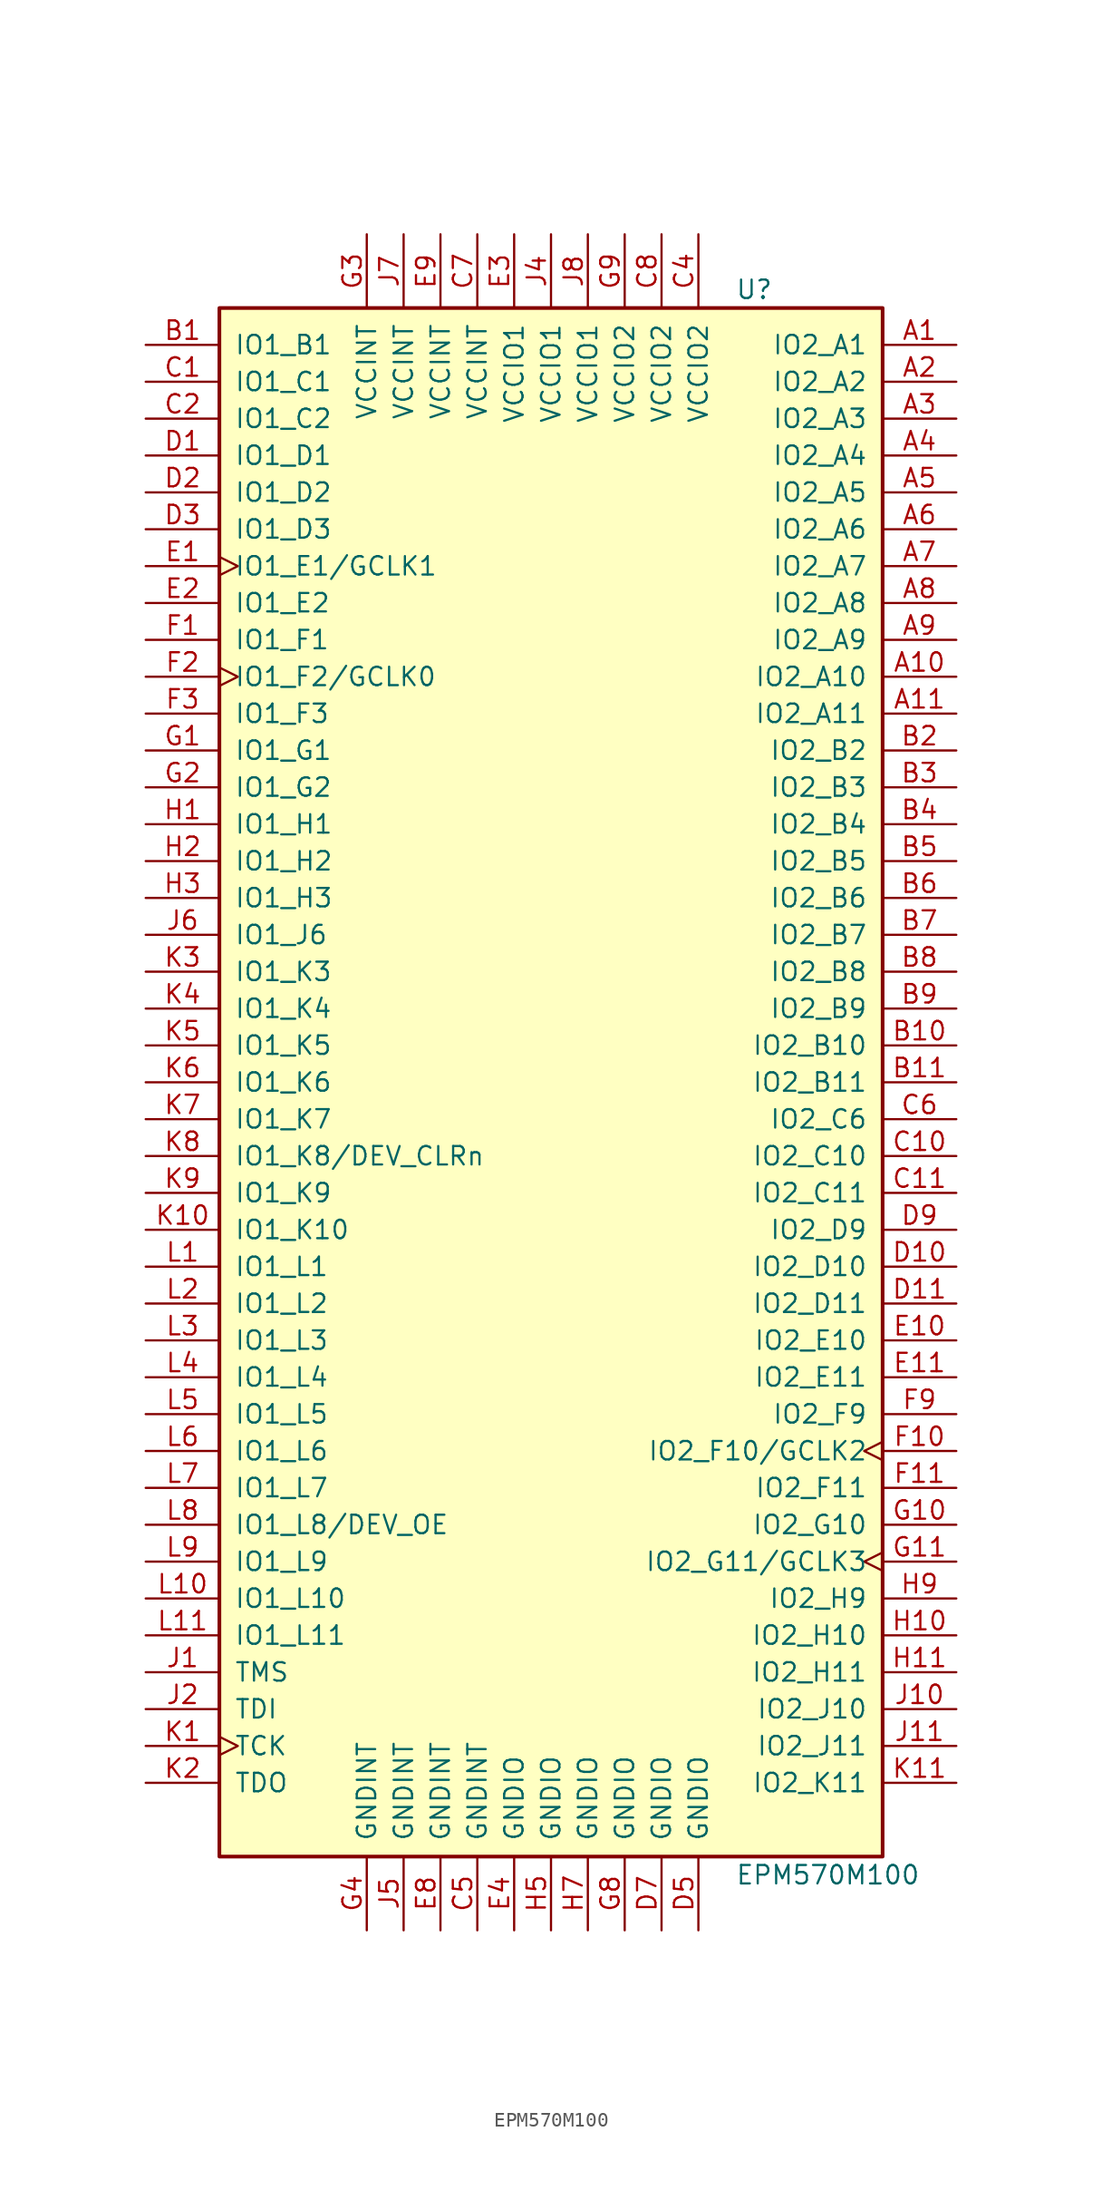
<source format=kicad_sym>
(kicad_symbol_lib
  (version 20241209)
  (generator "kicad_symbol_editor")
  (generator_version "9.0")
  (symbol "EPM570M100"
    (pin_names
      (offset 1.016))
    (property "Reference" "U"
      (at 12.7 54.61 0)
      (effects (font (size 1.27 1.27)) (justify left)))
    (property "Value" "EPM570M100"
      (at 12.7 -54.61 0)
      (effects (font (size 1.27 1.27)) (justify left)))
    (property "ki_locked" ""
      (at 0 0 0)
      (effects (font (size 1.27 1.27))))
    (symbol "EPM570M100_1_1"
      (rectangle (start -22.86 53.34) (end 22.86 -53.34) (stroke (width 0.254) (type default)) (fill (type background)))
      (pin bidirectional line (at -27.94 50.8 0) (length 5.08) (name "IO1_B1" (effects (font (size 1.27 1.27)))) (number "B1" (effects (font (size 1.27 1.27)))))
      (pin bidirectional line (at -27.94 48.26 0) (length 5.08) (name "IO1_C1" (effects (font (size 1.27 1.27)))) (number "C1" (effects (font (size 1.27 1.27)))))
      (pin bidirectional line (at -27.94 45.72 0) (length 5.08) (name "IO1_C2" (effects (font (size 1.27 1.27)))) (number "C2" (effects (font (size 1.27 1.27)))))
      (pin bidirectional line (at -27.94 43.18 0) (length 5.08) (name "IO1_D1" (effects (font (size 1.27 1.27)))) (number "D1" (effects (font (size 1.27 1.27)))))
      (pin bidirectional line (at -27.94 40.64 0) (length 5.08) (name "IO1_D2" (effects (font (size 1.27 1.27)))) (number "D2" (effects (font (size 1.27 1.27)))))
      (pin bidirectional line (at -27.94 38.1 0) (length 5.08) (name "IO1_D3" (effects (font (size 1.27 1.27)))) (number "D3" (effects (font (size 1.27 1.27)))))
      (pin bidirectional clock (at -27.94 35.56 0) (length 5.08) (name "IO1_E1/GCLK1" (effects (font (size 1.27 1.27)))) (number "E1" (effects (font (size 1.27 1.27)))))
      (pin bidirectional line (at -27.94 33.02 0) (length 5.08) (name "IO1_E2" (effects (font (size 1.27 1.27)))) (number "E2" (effects (font (size 1.27 1.27)))))
      (pin bidirectional line (at -27.94 30.48 0) (length 5.08) (name "IO1_F1" (effects (font (size 1.27 1.27)))) (number "F1" (effects (font (size 1.27 1.27)))))
      (pin bidirectional clock (at -27.94 27.94 0) (length 5.08) (name "IO1_F2/GCLK0" (effects (font (size 1.27 1.27)))) (number "F2" (effects (font (size 1.27 1.27)))))
      (pin bidirectional line (at -27.94 25.4 0) (length 5.08) (name "IO1_F3" (effects (font (size 1.27 1.27)))) (number "F3" (effects (font (size 1.27 1.27)))))
      (pin bidirectional line (at -27.94 22.86 0) (length 5.08) (name "IO1_G1" (effects (font (size 1.27 1.27)))) (number "G1" (effects (font (size 1.27 1.27)))))
      (pin bidirectional line (at -27.94 20.32 0) (length 5.08) (name "IO1_G2" (effects (font (size 1.27 1.27)))) (number "G2" (effects (font (size 1.27 1.27)))))
      (pin bidirectional line (at -27.94 17.78 0) (length 5.08) (name "IO1_H1" (effects (font (size 1.27 1.27)))) (number "H1" (effects (font (size 1.27 1.27)))))
      (pin bidirectional line (at -27.94 15.24 0) (length 5.08) (name "IO1_H2" (effects (font (size 1.27 1.27)))) (number "H2" (effects (font (size 1.27 1.27)))))
      (pin bidirectional line (at -27.94 12.7 0) (length 5.08) (name "IO1_H3" (effects (font (size 1.27 1.27)))) (number "H3" (effects (font (size 1.27 1.27)))))
      (pin bidirectional line (at -27.94 10.16 0) (length 5.08) (name "IO1_J6" (effects (font (size 1.27 1.27)))) (number "J6" (effects (font (size 1.27 1.27)))))
      (pin bidirectional line (at -27.94 7.62 0) (length 5.08) (name "IO1_K3" (effects (font (size 1.27 1.27)))) (number "K3" (effects (font (size 1.27 1.27)))))
      (pin bidirectional line (at -27.94 5.08 0) (length 5.08) (name "IO1_K4" (effects (font (size 1.27 1.27)))) (number "K4" (effects (font (size 1.27 1.27)))))
      (pin bidirectional line (at -27.94 2.54 0) (length 5.08) (name "IO1_K5" (effects (font (size 1.27 1.27)))) (number "K5" (effects (font (size 1.27 1.27)))))
      (pin bidirectional line (at -27.94 0 0) (length 5.08) (name "IO1_K6" (effects (font (size 1.27 1.27)))) (number "K6" (effects (font (size 1.27 1.27)))))
      (pin bidirectional line (at -27.94 -2.54 0) (length 5.08) (name "IO1_K7" (effects (font (size 1.27 1.27)))) (number "K7" (effects (font (size 1.27 1.27)))))
      (pin bidirectional line (at -27.94 -5.08 0) (length 5.08) (name "IO1_K8/DEV_CLRn" (effects (font (size 1.27 1.27)))) (number "K8" (effects (font (size 1.27 1.27)))))
      (pin bidirectional line (at -27.94 -7.62 0) (length 5.08) (name "IO1_K9" (effects (font (size 1.27 1.27)))) (number "K9" (effects (font (size 1.27 1.27)))))
      (pin bidirectional line (at -27.94 -10.16 0) (length 5.08) (name "IO1_K10" (effects (font (size 1.27 1.27)))) (number "K10" (effects (font (size 1.27 1.27)))))
      (pin bidirectional line (at -27.94 -12.7 0) (length 5.08) (name "IO1_L1" (effects (font (size 1.27 1.27)))) (number "L1" (effects (font (size 1.27 1.27)))))
      (pin bidirectional line (at -27.94 -15.24 0) (length 5.08) (name "IO1_L2" (effects (font (size 1.27 1.27)))) (number "L2" (effects (font (size 1.27 1.27)))))
      (pin bidirectional line (at -27.94 -17.78 0) (length 5.08) (name "IO1_L3" (effects (font (size 1.27 1.27)))) (number "L3" (effects (font (size 1.27 1.27)))))
      (pin bidirectional line (at -27.94 -20.32 0) (length 5.08) (name "IO1_L4" (effects (font (size 1.27 1.27)))) (number "L4" (effects (font (size 1.27 1.27)))))
      (pin bidirectional line (at -27.94 -22.86 0) (length 5.08) (name "IO1_L5" (effects (font (size 1.27 1.27)))) (number "L5" (effects (font (size 1.27 1.27)))))
      (pin bidirectional line (at -27.94 -25.4 0) (length 5.08) (name "IO1_L6" (effects (font (size 1.27 1.27)))) (number "L6" (effects (font (size 1.27 1.27)))))
      (pin bidirectional line (at -27.94 -27.94 0) (length 5.08) (name "IO1_L7" (effects (font (size 1.27 1.27)))) (number "L7" (effects (font (size 1.27 1.27)))))
      (pin bidirectional line (at -27.94 -30.48 0) (length 5.08) (name "IO1_L8/DEV_OE" (effects (font (size 1.27 1.27)))) (number "L8" (effects (font (size 1.27 1.27)))))
      (pin bidirectional line (at -27.94 -33.02 0) (length 5.08) (name "IO1_L9" (effects (font (size 1.27 1.27)))) (number "L9" (effects (font (size 1.27 1.27)))))
      (pin bidirectional line (at -27.94 -35.56 0) (length 5.08) (name "IO1_L10" (effects (font (size 1.27 1.27)))) (number "L10" (effects (font (size 1.27 1.27)))))
      (pin bidirectional line (at -27.94 -38.1 0) (length 5.08) (name "IO1_L11" (effects (font (size 1.27 1.27)))) (number "L11" (effects (font (size 1.27 1.27)))))
      (pin input line (at -27.94 -40.64 0) (length 5.08) (name "TMS" (effects (font (size 1.27 1.27)))) (number "J1" (effects (font (size 1.27 1.27)))))
      (pin input line (at -27.94 -43.18 0) (length 5.08) (name "TDI" (effects (font (size 1.27 1.27)))) (number "J2" (effects (font (size 1.27 1.27)))))
      (pin input clock (at -27.94 -45.72 0) (length 5.08) (name "TCK" (effects (font (size 1.27 1.27)))) (number "K1" (effects (font (size 1.27 1.27)))))
      (pin output line (at -27.94 -48.26 0) (length 5.08) (name "TDO" (effects (font (size 1.27 1.27)))) (number "K2" (effects (font (size 1.27 1.27)))))
      (pin power_in line (at -12.7 58.42 270) (length 5.08) (name "VCCINT" (effects (font (size 1.27 1.27)))) (number "G3" (effects (font (size 1.27 1.27)))))
      (pin power_in line (at -12.7 -58.42 90) (length 5.08) (name "GNDINT" (effects (font (size 1.27 1.27)))) (number "G4" (effects (font (size 1.27 1.27)))))
      (pin power_in line (at -10.16 58.42 270) (length 5.08) (name "VCCINT" (effects (font (size 1.27 1.27)))) (number "J7" (effects (font (size 1.27 1.27)))))
      (pin power_in line (at -10.16 -58.42 90) (length 5.08) (name "GNDINT" (effects (font (size 1.27 1.27)))) (number "J5" (effects (font (size 1.27 1.27)))))
      (pin power_in line (at -7.62 58.42 270) (length 5.08) (name "VCCINT" (effects (font (size 1.27 1.27)))) (number "E9" (effects (font (size 1.27 1.27)))))
      (pin power_in line (at -7.62 -58.42 90) (length 5.08) (name "GNDINT" (effects (font (size 1.27 1.27)))) (number "E8" (effects (font (size 1.27 1.27)))))
      (pin power_in line (at -5.08 58.42 270) (length 5.08) (name "VCCINT" (effects (font (size 1.27 1.27)))) (number "C7" (effects (font (size 1.27 1.27)))))
      (pin power_in line (at -5.08 -58.42 90) (length 5.08) (name "GNDINT" (effects (font (size 1.27 1.27)))) (number "C5" (effects (font (size 1.27 1.27)))))
      (pin power_in line (at -2.54 58.42 270) (length 5.08) (name "VCCIO1" (effects (font (size 1.27 1.27)))) (number "E3" (effects (font (size 1.27 1.27)))))
      (pin power_in line (at -2.54 -58.42 90) (length 5.08) (name "GNDIO" (effects (font (size 1.27 1.27)))) (number "E4" (effects (font (size 1.27 1.27)))))
      (pin power_in line (at 0 58.42 270) (length 5.08) (name "VCCIO1" (effects (font (size 1.27 1.27)))) (number "J4" (effects (font (size 1.27 1.27)))))
      (pin power_in line (at 0 -58.42 90) (length 5.08) (name "GNDIO" (effects (font (size 1.27 1.27)))) (number "H5" (effects (font (size 1.27 1.27)))))
      (pin power_in line (at 2.54 58.42 270) (length 5.08) (name "VCCIO1" (effects (font (size 1.27 1.27)))) (number "J8" (effects (font (size 1.27 1.27)))))
      (pin power_in line (at 2.54 -58.42 90) (length 5.08) (name "GNDIO" (effects (font (size 1.27 1.27)))) (number "H7" (effects (font (size 1.27 1.27)))))
      (pin power_in line (at 5.08 58.42 270) (length 5.08) (name "VCCIO2" (effects (font (size 1.27 1.27)))) (number "G9" (effects (font (size 1.27 1.27)))))
      (pin power_in line (at 5.08 -58.42 90) (length 5.08) (name "GNDIO" (effects (font (size 1.27 1.27)))) (number "G8" (effects (font (size 1.27 1.27)))))
      (pin power_in line (at 7.62 58.42 270) (length 5.08) (name "VCCIO2" (effects (font (size 1.27 1.27)))) (number "C8" (effects (font (size 1.27 1.27)))))
      (pin power_in line (at 7.62 -58.42 90) (length 5.08) (name "GNDIO" (effects (font (size 1.27 1.27)))) (number "D7" (effects (font (size 1.27 1.27)))))
      (pin power_in line (at 10.16 58.42 270) (length 5.08) (name "VCCIO2" (effects (font (size 1.27 1.27)))) (number "C4" (effects (font (size 1.27 1.27)))))
      (pin power_in line (at 10.16 -58.42 90) (length 5.08) (name "GNDIO" (effects (font (size 1.27 1.27)))) (number "D5" (effects (font (size 1.27 1.27)))))
      (pin bidirectional line (at 27.94 50.8 180) (length 5.08) (name "IO2_A1" (effects (font (size 1.27 1.27)))) (number "A1" (effects (font (size 1.27 1.27)))))
      (pin bidirectional line (at 27.94 48.26 180) (length 5.08) (name "IO2_A2" (effects (font (size 1.27 1.27)))) (number "A2" (effects (font (size 1.27 1.27)))))
      (pin bidirectional line (at 27.94 45.72 180) (length 5.08) (name "IO2_A3" (effects (font (size 1.27 1.27)))) (number "A3" (effects (font (size 1.27 1.27)))))
      (pin bidirectional line (at 27.94 43.18 180) (length 5.08) (name "IO2_A4" (effects (font (size 1.27 1.27)))) (number "A4" (effects (font (size 1.27 1.27)))))
      (pin bidirectional line (at 27.94 40.64 180) (length 5.08) (name "IO2_A5" (effects (font (size 1.27 1.27)))) (number "A5" (effects (font (size 1.27 1.27)))))
      (pin bidirectional line (at 27.94 38.1 180) (length 5.08) (name "IO2_A6" (effects (font (size 1.27 1.27)))) (number "A6" (effects (font (size 1.27 1.27)))))
      (pin bidirectional line (at 27.94 35.56 180) (length 5.08) (name "IO2_A7" (effects (font (size 1.27 1.27)))) (number "A7" (effects (font (size 1.27 1.27)))))
      (pin bidirectional line (at 27.94 33.02 180) (length 5.08) (name "IO2_A8" (effects (font (size 1.27 1.27)))) (number "A8" (effects (font (size 1.27 1.27)))))
      (pin bidirectional line (at 27.94 30.48 180) (length 5.08) (name "IO2_A9" (effects (font (size 1.27 1.27)))) (number "A9" (effects (font (size 1.27 1.27)))))
      (pin bidirectional line (at 27.94 27.94 180) (length 5.08) (name "IO2_A10" (effects (font (size 1.27 1.27)))) (number "A10" (effects (font (size 1.27 1.27)))))
      (pin bidirectional line (at 27.94 25.4 180) (length 5.08) (name "IO2_A11" (effects (font (size 1.27 1.27)))) (number "A11" (effects (font (size 1.27 1.27)))))
      (pin bidirectional line (at 27.94 22.86 180) (length 5.08) (name "IO2_B2" (effects (font (size 1.27 1.27)))) (number "B2" (effects (font (size 1.27 1.27)))))
      (pin bidirectional line (at 27.94 20.32 180) (length 5.08) (name "IO2_B3" (effects (font (size 1.27 1.27)))) (number "B3" (effects (font (size 1.27 1.27)))))
      (pin bidirectional line (at 27.94 17.78 180) (length 5.08) (name "IO2_B4" (effects (font (size 1.27 1.27)))) (number "B4" (effects (font (size 1.27 1.27)))))
      (pin bidirectional line (at 27.94 15.24 180) (length 5.08) (name "IO2_B5" (effects (font (size 1.27 1.27)))) (number "B5" (effects (font (size 1.27 1.27)))))
      (pin bidirectional line (at 27.94 12.7 180) (length 5.08) (name "IO2_B6" (effects (font (size 1.27 1.27)))) (number "B6" (effects (font (size 1.27 1.27)))))
      (pin bidirectional line (at 27.94 10.16 180) (length 5.08) (name "IO2_B7" (effects (font (size 1.27 1.27)))) (number "B7" (effects (font (size 1.27 1.27)))))
      (pin bidirectional line (at 27.94 7.62 180) (length 5.08) (name "IO2_B8" (effects (font (size 1.27 1.27)))) (number "B8" (effects (font (size 1.27 1.27)))))
      (pin bidirectional line (at 27.94 5.08 180) (length 5.08) (name "IO2_B9" (effects (font (size 1.27 1.27)))) (number "B9" (effects (font (size 1.27 1.27)))))
      (pin bidirectional line (at 27.94 2.54 180) (length 5.08) (name "IO2_B10" (effects (font (size 1.27 1.27)))) (number "B10" (effects (font (size 1.27 1.27)))))
      (pin bidirectional line (at 27.94 0 180) (length 5.08) (name "IO2_B11" (effects (font (size 1.27 1.27)))) (number "B11" (effects (font (size 1.27 1.27)))))
      (pin bidirectional line (at 27.94 -2.54 180) (length 5.08) (name "IO2_C6" (effects (font (size 1.27 1.27)))) (number "C6" (effects (font (size 1.27 1.27)))))
      (pin bidirectional line (at 27.94 -5.08 180) (length 5.08) (name "IO2_C10" (effects (font (size 1.27 1.27)))) (number "C10" (effects (font (size 1.27 1.27)))))
      (pin bidirectional line (at 27.94 -7.62 180) (length 5.08) (name "IO2_C11" (effects (font (size 1.27 1.27)))) (number "C11" (effects (font (size 1.27 1.27)))))
      (pin bidirectional line (at 27.94 -10.16 180) (length 5.08) (name "IO2_D9" (effects (font (size 1.27 1.27)))) (number "D9" (effects (font (size 1.27 1.27)))))
      (pin bidirectional line (at 27.94 -12.7 180) (length 5.08) (name "IO2_D10" (effects (font (size 1.27 1.27)))) (number "D10" (effects (font (size 1.27 1.27)))))
      (pin bidirectional line (at 27.94 -15.24 180) (length 5.08) (name "IO2_D11" (effects (font (size 1.27 1.27)))) (number "D11" (effects (font (size 1.27 1.27)))))
      (pin bidirectional line (at 27.94 -17.78 180) (length 5.08) (name "IO2_E10" (effects (font (size 1.27 1.27)))) (number "E10" (effects (font (size 1.27 1.27)))))
      (pin bidirectional line (at 27.94 -20.32 180) (length 5.08) (name "IO2_E11" (effects (font (size 1.27 1.27)))) (number "E11" (effects (font (size 1.27 1.27)))))
      (pin bidirectional line (at 27.94 -22.86 180) (length 5.08) (name "IO2_F9" (effects (font (size 1.27 1.27)))) (number "F9" (effects (font (size 1.27 1.27)))))
      (pin bidirectional clock (at 27.94 -25.4 180) (length 5.08) (name "IO2_F10/GCLK2" (effects (font (size 1.27 1.27)))) (number "F10" (effects (font (size 1.27 1.27)))))
      (pin bidirectional line (at 27.94 -27.94 180) (length 5.08) (name "IO2_F11" (effects (font (size 1.27 1.27)))) (number "F11" (effects (font (size 1.27 1.27)))))
      (pin bidirectional line (at 27.94 -30.48 180) (length 5.08) (name "IO2_G10" (effects (font (size 1.27 1.27)))) (number "G10" (effects (font (size 1.27 1.27)))))
      (pin bidirectional clock (at 27.94 -33.02 180) (length 5.08) (name "IO2_G11/GCLK3" (effects (font (size 1.27 1.27)))) (number "G11" (effects (font (size 1.27 1.27)))))
      (pin bidirectional line (at 27.94 -35.56 180) (length 5.08) (name "IO2_H9" (effects (font (size 1.27 1.27)))) (number "H9" (effects (font (size 1.27 1.27)))))
      (pin bidirectional line (at 27.94 -38.1 180) (length 5.08) (name "IO2_H10" (effects (font (size 1.27 1.27)))) (number "H10" (effects (font (size 1.27 1.27)))))
      (pin bidirectional line (at 27.94 -40.64 180) (length 5.08) (name "IO2_H11" (effects (font (size 1.27 1.27)))) (number "H11" (effects (font (size 1.27 1.27)))))
      (pin bidirectional line (at 27.94 -43.18 180) (length 5.08) (name "IO2_J10" (effects (font (size 1.27 1.27)))) (number "J10" (effects (font (size 1.27 1.27)))))
      (pin bidirectional line (at 27.94 -45.72 180) (length 5.08) (name "IO2_J11" (effects (font (size 1.27 1.27)))) (number "J11" (effects (font (size 1.27 1.27)))))
      (pin bidirectional line (at 27.94 -48.26 180) (length 5.08) (name "IO2_K11" (effects (font (size 1.27 1.27)))) (number "K11" (effects (font (size 1.27 1.27))))))))
</source>
